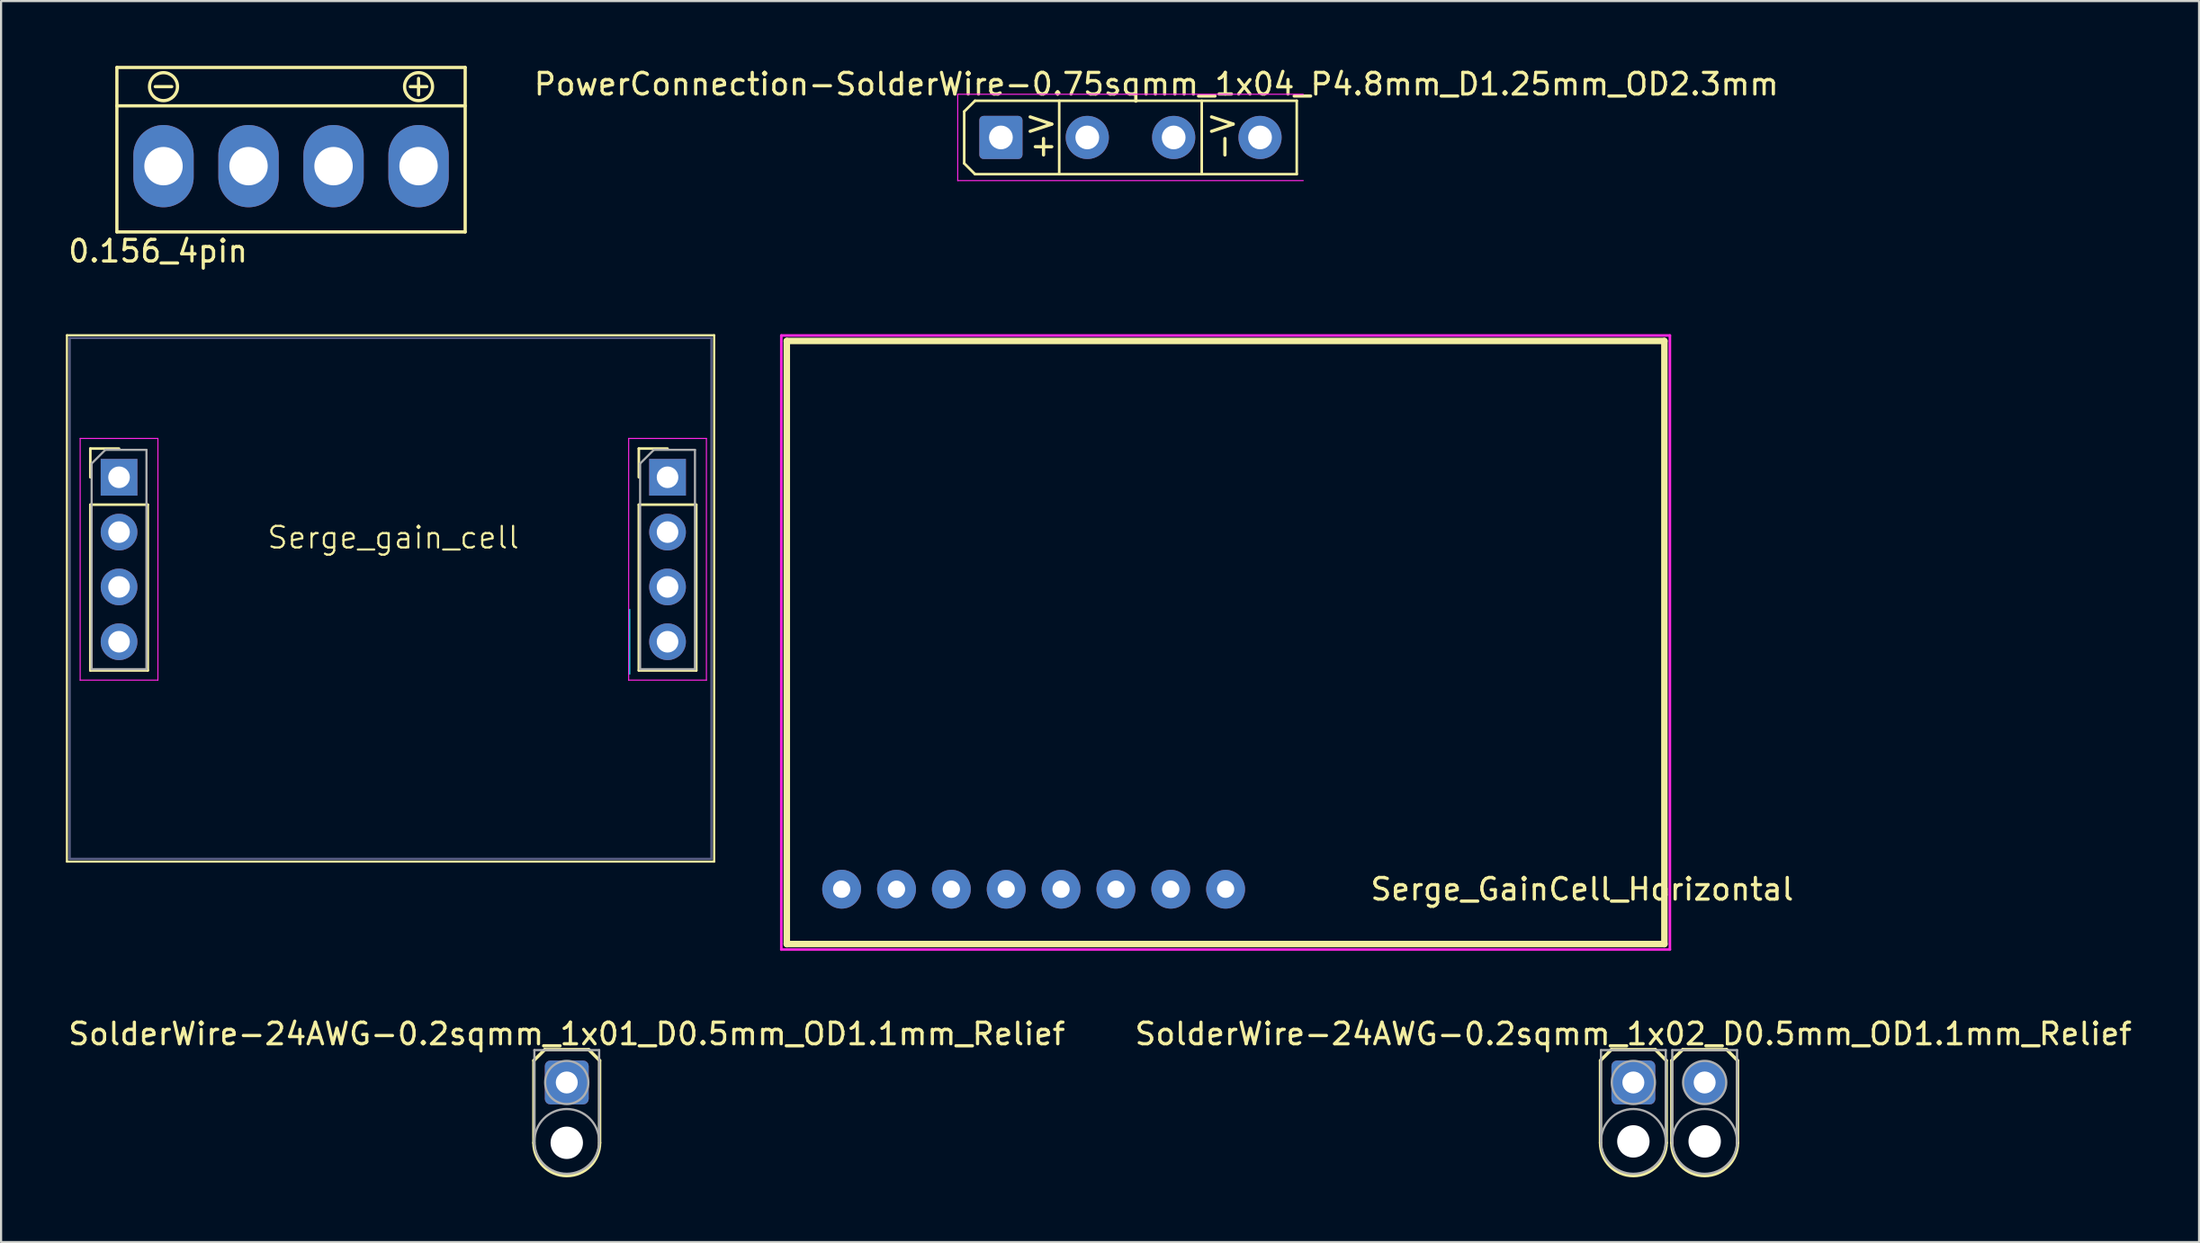
<source format=kicad_pcb>
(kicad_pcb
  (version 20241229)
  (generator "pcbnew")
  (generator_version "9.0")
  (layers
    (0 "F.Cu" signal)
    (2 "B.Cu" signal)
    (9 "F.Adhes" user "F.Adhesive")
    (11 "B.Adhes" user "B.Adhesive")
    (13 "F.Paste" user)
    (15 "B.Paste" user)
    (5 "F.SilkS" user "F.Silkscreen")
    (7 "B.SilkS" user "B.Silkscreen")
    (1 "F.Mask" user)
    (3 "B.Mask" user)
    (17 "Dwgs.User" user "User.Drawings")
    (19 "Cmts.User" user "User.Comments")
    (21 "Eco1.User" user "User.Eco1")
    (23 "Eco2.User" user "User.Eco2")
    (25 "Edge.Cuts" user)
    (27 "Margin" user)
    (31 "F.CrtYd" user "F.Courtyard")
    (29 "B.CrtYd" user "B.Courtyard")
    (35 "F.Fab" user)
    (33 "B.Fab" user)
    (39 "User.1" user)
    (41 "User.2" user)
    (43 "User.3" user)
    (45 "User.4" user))
  (footprint "Serge_GainCell_Horizontal"
    (layer "F.Cu")
    (at 35.926 38.146)
    (property "Reference" "Serge_GainCell_Horizontal" (at 34.29 0 0) (layer "F.SilkS") (effects (font (size 1 1) (thickness 0.15))))
    (attr through_hole)
    (fp_line (start -2.54 -25.4) (end -2.54 2.54) (stroke (width 0.3) (type solid)) (layer "F.SilkS"))
    (fp_line (start -2.54 2.54) (end 38.1 2.54) (stroke (width 0.3) (type solid)) (layer "F.SilkS"))
    (fp_line (start 38.1 -25.4) (end -2.54 -25.4) (stroke (width 0.3) (type solid)) (layer "F.SilkS"))
    (fp_line (start 38.1 2.54) (end 38.1 -25.4) (stroke (width 0.3) (type solid)) (layer "F.SilkS"))
    (fp_line (start -2.794 -25.654) (end -2.794 2.794) (stroke (width 0.12) (type solid)) (layer "F.CrtYd"))
    (fp_line (start -2.794 2.794) (end 38.354 2.794) (stroke (width 0.12) (type solid)) (layer "F.CrtYd"))
    (fp_line (start 38.354 -25.654) (end -2.794 -25.654) (stroke (width 0.12) (type solid)) (layer "F.CrtYd"))
    (fp_line (start 38.354 2.794) (end 38.354 -25.654) (stroke (width 0.12) (type solid)) (layer "F.CrtYd"))
    (pad "1" thru_hole circle (at 0 0) (size 1.8 1.8) (drill 0.8) (layers "*.Cu" "*.Mask"))
    (pad "2" thru_hole circle (at 2.54 0) (size 1.8 1.8) (drill 0.8) (layers "*.Cu" "*.Mask"))
    (pad "3" thru_hole circle (at 5.08 0) (size 1.8 1.8) (drill 0.8) (layers "*.Cu" "*.Mask"))
    (pad "4" thru_hole circle (at 7.62 0) (size 1.8 1.8) (drill 0.8) (layers "*.Cu" "*.Mask"))
    (pad "5" thru_hole circle (at 10.16 0) (size 1.8 1.8) (drill 0.8) (layers "*.Cu" "*.Mask"))
    (pad "6" thru_hole circle (at 12.7 0) (size 1.8 1.8) (drill 0.8) (layers "*.Cu" "*.Mask"))
    (pad "7" thru_hole circle (at 15.24 0) (size 1.8 1.8) (drill 0.8) (layers "*.Cu" "*.Mask"))
    (pad "8" thru_hole circle (at 17.78 0) (size 1.8 1.8) (drill 0.8) (layers "*.Cu" "*.Mask")))
  (footprint "0.156_4pin"
    (layer "F.Cu")
    (at 10.491 4.647)
    (property "Reference" "0.156_4pin" (at -6.223 3.937 0) (layer "F.SilkS") (effects (font (size 1 1) (thickness 0.15))))
    (attr through_hole)
    (fp_line (start -8.128 -2.794) (end -8.128 -4.572) (stroke (width 0.15) (type solid)) (layer "F.SilkS"))
    (fp_line (start -8.128 3.048) (end -8.128 -2.794) (stroke (width 0.15) (type solid)) (layer "F.SilkS"))
    (fp_line (start -6.35 -3.683) (end -5.588 -3.683) (stroke (width 0.15) (type solid)) (layer "F.SilkS"))
    (fp_line (start 5.461 -3.683) (end 6.223 -3.683) (stroke (width 0.15) (type solid)) (layer "F.SilkS"))
    (fp_line (start 5.842 -4.064) (end 5.842 -3.302) (stroke (width 0.15) (type solid)) (layer "F.SilkS"))
    (fp_line (start 8.001 -4.572) (end -8.128 -4.572) (stroke (width 0.15) (type solid)) (layer "F.SilkS"))
    (fp_line (start 8.001 -4.572) (end 8.001 3.048) (stroke (width 0.15) (type solid)) (layer "F.SilkS"))
    (fp_line (start 8.001 -2.794) (end -8.128 -2.794) (stroke (width 0.15) (type solid)) (layer "F.SilkS"))
    (fp_line (start 8.001 3.048) (end -8.128 3.048) (stroke (width 0.15) (type solid)) (layer "F.SilkS"))
    (fp_circle (center -5.969 -3.683) (end -5.334 -3.81) (stroke (width 0.15) (type solid)) (fill no) (layer "F.SilkS"))
    (fp_circle (center 5.842 -3.683) (end 6.477 -3.81) (stroke (width 0.15) (type solid)) (fill no) (layer "F.SilkS"))
    (pad "1" thru_hole oval (at 5.842 0) (size 2.794 3.81) (drill 1.778) (layers "*.Cu" "*.Mask"))
    (pad "2" thru_hole oval (at 1.905 0) (size 2.794 3.81) (drill 1.778) (layers "*.Cu" "*.Mask"))
    (pad "3" thru_hole oval (at -2.032 0) (size 2.794 3.81) (drill 1.778) (layers "*.Cu" "*.Mask"))
    (pad "4" thru_hole oval (at -5.969 0) (size 2.794 3.81) (drill 1.778) (layers "*.Cu" "*.Mask")))
  (footprint "SolderWire-24AWG-0.2sqmm_1x01_D0.5mm_OD1.1mm_Relief"
    (layer "F.Cu")
    (at 23.196 47.099)
    (property "Reference" "SolderWire-24AWG-0.2sqmm_1x01_D0.5mm_OD1.1mm_Relief" (at 0 -2.25 0) (layer "F.SilkS") (effects (font (size 1 1) (thickness 0.15))))
    (attr exclude_from_pos_files exclude_from_bom)
    (fp_line (start -1.524 -1.016) (end -1.524 2.794) (stroke (width 0.152) (type solid)) (layer "F.SilkS"))
    (fp_line (start -1.016 -1.524) (end -1.524 -1.016) (stroke (width 0.152) (type solid)) (layer "F.SilkS"))
    (fp_line (start 1.016 -1.524) (end -1.016 -1.524) (stroke (width 0.152) (type solid)) (layer "F.SilkS"))
    (fp_line (start 1.524 -1.016) (end 1.016 -1.524) (stroke (width 0.152) (type solid)) (layer "F.SilkS"))
    (fp_line (start 1.524 2.794) (end 1.524 -1.016) (stroke (width 0.152) (type solid)) (layer "F.SilkS"))
    (fp_arc (start 1.524 2.794) (mid 0 4.318) (end -1.524 2.794) (stroke (width 0.1524) (type solid)) (layer "F.SilkS"))
    (fp_line (start -1.5 -1.5) (end -1.5 2.794) (stroke (width 0.102) (type solid)) (layer "F.Fab"))
    (fp_line (start -1.5 -1.5) (end 1.5 -1.5) (stroke (width 0.102) (type solid)) (layer "F.Fab"))
    (fp_line (start 1.5 -1.5) (end 1.5 2.73) (stroke (width 0.102) (type solid)) (layer "F.Fab"))
    (fp_circle (center 0 0) (end 1 0) (stroke (width 0.102) (type solid)) (fill no) (layer "F.Fab"))
    (fp_circle (center 0 2.73) (end 1.5 2.73) (stroke (width 0.102) (type solid)) (fill no) (layer "F.Fab"))
    (pad "" np_thru_hole circle (at 0 2.794) (size 1.5 1.5) (drill 1.5) (layers "*.Cu" "*.Mask"))
    (pad "1" thru_hole roundrect (at 0 0) (size 2.032 2.032) (drill 1.016) (layers "*.Cu" "*.Mask") (roundrect_rratio 0.125)))
  (footprint "PowerConnection-SolderWire-0.75sqmm_1x04_P4.8mm_D1.25mm_OD2.3mm"
    (layer "F.Cu")
    (at 43.301 3.318)
    (property "Reference" "PowerConnection-SolderWire-0.75sqmm_1x04_P4.8mm_D1.25mm_OD2.3mm" (at 7.2 -2.47 0) (layer "F.SilkS") (effects (font (size 1 1) (thickness 0.15))))
    (attr exclude_from_pos_files exclude_from_bom)
    (fp_line (start -1.7 -1.2) (end -1.2 -1.7) (stroke (width 0.12) (type solid)) (layer "F.SilkS"))
    (fp_line (start -1.7 1.2) (end -1.7 -1.2) (stroke (width 0.12) (type solid)) (layer "F.SilkS"))
    (fp_line (start -1.2 -1.7) (end 13.7 -1.7) (stroke (width 0.12) (type solid)) (layer "F.SilkS"))
    (fp_line (start -1.2 1.7) (end -1.7 1.2) (stroke (width 0.12) (type solid)) (layer "F.SilkS"))
    (fp_line (start 2.7 -1.7) (end 2.7 1.7) (stroke (width 0.12) (type solid)) (layer "F.SilkS"))
    (fp_line (start 9.3 -1.7) (end 9.3 1.7) (stroke (width 0.12) (type solid)) (layer "F.SilkS"))
    (fp_line (start 13.7 -1.7) (end 13.7 1.7) (stroke (width 0.12) (type solid)) (layer "F.SilkS"))
    (fp_line (start 13.7 1.7) (end -1.2 1.7) (stroke (width 0.12) (type solid)) (layer "F.SilkS"))
    (fp_line (start -2 -2) (end -2 2) (stroke (width 0.05) (type solid)) (layer "F.CrtYd"))
    (fp_line (start -2 2) (end 14 2) (stroke (width 0.05) (type solid)) (layer "F.CrtYd"))
    (fp_line (start 14 -2) (end -2 -2) (stroke (width 0.05) (type solid)) (layer "F.CrtYd"))
    (fp_text user "-V" (at 10.3 0 90) (layer "F.SilkS") (effects (font (size 1 1) (thickness 0.15))))
    (fp_text user "+V" (at 1.9 0 90) (layer "F.SilkS") (effects (font (size 1 1) (thickness 0.15))))
    (pad "1" thru_hole roundrect (at 0 0) (size 2 2) (drill 1.1) (layers "*.Cu" "*.Mask") (roundrect_rratio 0.098))
    (pad "2" thru_hole circle (at 4 0) (size 2 2) (drill 1.1) (layers "*.Cu" "*.Mask"))
    (pad "3" thru_hole circle (at 8 0) (size 2 2) (drill 1.1) (layers "*.Cu" "*.Mask"))
    (pad "4" thru_hole circle (at 12 0) (size 2 2) (drill 1.1) (layers "*.Cu" "*.Mask")))
  (footprint "SolderWire-24AWG-0.2sqmm_1x02_D0.5mm_OD1.1mm_Relief"
    (layer "F.Cu")
    (at 72.589 47.099)
    (property "Reference" "SolderWire-24AWG-0.2sqmm_1x02_D0.5mm_OD1.1mm_Relief" (at 0 -2.25 0) (layer "F.SilkS") (effects (font (size 1 1) (thickness 0.15))))
    (attr exclude_from_pos_files exclude_from_bom)
    (fp_line (start -1.524 -1.016) (end -1.524 2.794) (stroke (width 0.152) (type solid)) (layer "F.SilkS"))
    (fp_line (start -1.016 -1.524) (end -1.524 -1.016) (stroke (width 0.152) (type solid)) (layer "F.SilkS"))
    (fp_line (start 1.016 -1.524) (end -1.016 -1.524) (stroke (width 0.152) (type solid)) (layer "F.SilkS"))
    (fp_line (start 1.524 -1.016) (end 1.016 -1.524) (stroke (width 0.152) (type solid)) (layer "F.SilkS"))
    (fp_line (start 1.524 2.794) (end 1.524 -1.016) (stroke (width 0.152) (type solid)) (layer "F.SilkS"))
    (fp_line (start 1.778 -1.016) (end 1.778 2.794) (stroke (width 0.152) (type solid)) (layer "F.SilkS"))
    (fp_line (start 2.286 -1.524) (end 1.778 -1.016) (stroke (width 0.152) (type solid)) (layer "F.SilkS"))
    (fp_line (start 4.318 -1.524) (end 2.286 -1.524) (stroke (width 0.152) (type solid)) (layer "F.SilkS"))
    (fp_line (start 4.826 -1.016) (end 4.318 -1.524) (stroke (width 0.152) (type solid)) (layer "F.SilkS"))
    (fp_line (start 4.826 2.794) (end 4.826 -1.016) (stroke (width 0.152) (type solid)) (layer "F.SilkS"))
    (fp_arc (start 1.524 2.794) (mid 0 4.318) (end -1.524 2.794) (stroke (width 0.1524) (type solid)) (layer "F.SilkS"))
    (fp_arc (start 4.826 2.794) (mid 3.302 4.318) (end 1.778 2.794) (stroke (width 0.1524) (type solid)) (layer "F.SilkS"))
    (fp_line (start -1.5 -1.5) (end -1.5 2.73) (stroke (width 0.102) (type solid)) (layer "F.Fab"))
    (fp_line (start -1.5 -1.5) (end 1.5 -1.5) (stroke (width 0.102) (type solid)) (layer "F.Fab"))
    (fp_line (start 1.5 -1.5) (end 1.5 2.73) (stroke (width 0.102) (type solid)) (layer "F.Fab"))
    (fp_line (start 1.802 -1.5) (end 1.802 2.73) (stroke (width 0.102) (type solid)) (layer "F.Fab"))
    (fp_line (start 1.802 -1.5) (end 4.802 -1.5) (stroke (width 0.102) (type solid)) (layer "F.Fab"))
    (fp_line (start 4.802 -1.5) (end 4.802 2.73) (stroke (width 0.102) (type solid)) (layer "F.Fab"))
    (fp_circle (center 0 0) (end 1 0) (stroke (width 0.102) (type solid)) (fill no) (layer "F.Fab"))
    (fp_circle (center 0 2.73) (end 1.5 2.73) (stroke (width 0.102) (type solid)) (fill no) (layer "F.Fab"))
    (fp_circle (center 3.302 0) (end 4.302 0) (stroke (width 0.102) (type solid)) (fill no) (layer "F.Fab"))
    (fp_circle (center 3.302 2.73) (end 4.802 2.73) (stroke (width 0.102) (type solid)) (fill no) (layer "F.Fab"))
    (pad "" np_thru_hole circle (at 0 2.73) (size 1.5 1.5) (drill 1.5) (layers "*.Cu" "*.Mask"))
    (pad "" np_thru_hole circle (at 3.302 2.73) (size 1.5 1.5) (drill 1.5) (layers "*.Cu" "*.Mask"))
    (pad "1" thru_hole roundrect (at 0 0) (size 2.032 2.032) (drill 1.016) (layers "*.Cu" "*.Mask") (roundrect_rratio 0.125))
    (pad "2" thru_hole circle (at 3.302 0) (size 2.032 2.032) (drill 1.016) (layers "*.Cu" "*.Mask")))
  (footprint "Serge_gain_cell"
    (layer "F.Cu")
    (at 15.163 22.871)
    (property "Reference" "Serge_gain_cell" (at 0 -1.016 0) (unlocked yes) (layer "F.SilkS") (effects (font (size 1 1) (thickness 0.1))))
    (attr through_hole)
    (fp_line (start -15.113 -10.389) (end 14.859 -10.389) (stroke (width 0.1) (type default)) (layer "F.SilkS"))
    (fp_line (start -15.113 13.995) (end -15.113 -10.389) (stroke (width 0.1) (type default)) (layer "F.SilkS"))
    (fp_line (start -14.03 -5.14) (end -12.7 -5.14) (stroke (width 0.12) (type solid)) (layer "F.SilkS"))
    (fp_line (start -14.03 -3.81) (end -14.03 -5.14) (stroke (width 0.12) (type solid)) (layer "F.SilkS"))
    (fp_line (start -14.03 -2.54) (end -14.03 5.14) (stroke (width 0.12) (type solid)) (layer "F.SilkS"))
    (fp_line (start -14.03 -2.54) (end -11.37 -2.54) (stroke (width 0.12) (type solid)) (layer "F.SilkS"))
    (fp_line (start -14.03 5.14) (end -11.37 5.14) (stroke (width 0.12) (type solid)) (layer "F.SilkS"))
    (fp_line (start -11.37 -2.54) (end -11.37 5.14) (stroke (width 0.12) (type solid)) (layer "F.SilkS"))
    (fp_line (start 11.37 -5.14) (end 12.7 -5.14) (stroke (width 0.12) (type solid)) (layer "F.SilkS"))
    (fp_line (start 11.37 -3.81) (end 11.37 -5.14) (stroke (width 0.12) (type solid)) (layer "F.SilkS"))
    (fp_line (start 11.37 -2.54) (end 11.37 5.14) (stroke (width 0.12) (type solid)) (layer "F.SilkS"))
    (fp_line (start 11.37 -2.54) (end 14.03 -2.54) (stroke (width 0.12) (type solid)) (layer "F.SilkS"))
    (fp_line (start 11.37 5.14) (end 14.03 5.14) (stroke (width 0.12) (type solid)) (layer "F.SilkS"))
    (fp_line (start 14.03 -2.54) (end 14.03 5.14) (stroke (width 0.12) (type solid)) (layer "F.SilkS"))
    (fp_line (start 14.859 -10.389) (end 14.859 13.995) (stroke (width 0.1) (type default)) (layer "F.SilkS"))
    (fp_line (start 14.859 13.995) (end -15.113 13.995) (stroke (width 0.1) (type default)) (layer "F.SilkS"))
    (fp_line (start 10.949 2.31) (end 10.949 5.31) (stroke (width 0.05) (type solid)) (layer "B.CrtYd"))
    (fp_line (start -14.5 -5.61) (end -14.5 5.59) (stroke (width 0.05) (type solid)) (layer "F.CrtYd"))
    (fp_line (start -14.5 5.59) (end -10.9 5.59) (stroke (width 0.05) (type solid)) (layer "F.CrtYd"))
    (fp_line (start -10.9 -5.61) (end -14.5 -5.61) (stroke (width 0.05) (type solid)) (layer "F.CrtYd"))
    (fp_line (start -10.9 5.59) (end -10.9 -5.61) (stroke (width 0.05) (type solid)) (layer "F.CrtYd"))
    (fp_line (start 10.9 -5.61) (end 10.9 5.59) (stroke (width 0.05) (type solid)) (layer "F.CrtYd"))
    (fp_line (start 10.9 5.59) (end 14.5 5.59) (stroke (width 0.05) (type solid)) (layer "F.CrtYd"))
    (fp_line (start 14.5 -5.61) (end 10.9 -5.61) (stroke (width 0.05) (type solid)) (layer "F.CrtYd"))
    (fp_line (start 14.5 5.59) (end 14.5 -5.61) (stroke (width 0.05) (type solid)) (layer "F.CrtYd"))
    (fp_line (start -14.986 -10.262) (end -14.986 13.868) (stroke (width 0.1) (type default)) (layer "B.Fab"))
    (fp_line (start -14.986 13.868) (end 14.732 13.868) (stroke (width 0.1) (type default)) (layer "B.Fab"))
    (fp_line (start 14.732 -10.262) (end -14.986 -10.262) (stroke (width 0.1) (type default)) (layer "B.Fab"))
    (fp_line (start 14.732 13.868) (end 14.732 -10.262) (stroke (width 0.1) (type default)) (layer "B.Fab"))
    (fp_line (start -13.97 -4.445) (end -13.335 -5.08) (stroke (width 0.1) (type solid)) (layer "F.Fab"))
    (fp_line (start -13.97 5.08) (end -13.97 -4.445) (stroke (width 0.1) (type solid)) (layer "F.Fab"))
    (fp_line (start -13.335 -5.08) (end -11.43 -5.08) (stroke (width 0.1) (type solid)) (layer "F.Fab"))
    (fp_line (start -11.43 -5.08) (end -11.43 5.08) (stroke (width 0.1) (type solid)) (layer "F.Fab"))
    (fp_line (start -11.43 5.08) (end -13.97 5.08) (stroke (width 0.1) (type solid)) (layer "F.Fab"))
    (fp_line (start 11.43 -4.445) (end 12.065 -5.08) (stroke (width 0.1) (type solid)) (layer "F.Fab"))
    (fp_line (start 11.43 5.08) (end 11.43 -4.445) (stroke (width 0.1) (type solid)) (layer "F.Fab"))
    (fp_line (start 12.065 -5.08) (end 13.97 -5.08) (stroke (width 0.1) (type solid)) (layer "F.Fab"))
    (fp_line (start 13.97 -5.08) (end 13.97 5.08) (stroke (width 0.1) (type solid)) (layer "F.Fab"))
    (fp_line (start 13.97 5.08) (end 11.43 5.08) (stroke (width 0.1) (type solid)) (layer "F.Fab"))
    (pad "1" thru_hole rect (at -12.7 -3.81 180) (size 1.7 1.7) (drill 1) (layers "*.Cu" "*.Mask"))
    (pad "2" thru_hole oval (at -12.7 -1.27 180) (size 1.7 1.7) (drill 1) (layers "*.Cu" "*.Mask"))
    (pad "3" thru_hole oval (at -12.7 1.27 180) (size 1.7 1.7) (drill 1) (layers "*.Cu" "*.Mask"))
    (pad "4" thru_hole oval (at -12.7 3.81 270) (size 1.7 1.7) (drill 1) (layers "*.Cu" "*.Mask"))
    (pad "5" thru_hole rect (at 12.7 -3.81 180) (size 1.7 1.7) (drill 1) (layers "*.Cu" "*.Mask"))
    (pad "6" thru_hole oval (at 12.7 -1.27 180) (size 1.7 1.7) (drill 1) (layers "*.Cu" "*.Mask"))
    (pad "7" thru_hole oval (at 12.7 1.27 180) (size 1.7 1.7) (drill 1) (layers "*.Cu" "*.Mask"))
    (pad "8" thru_hole oval (at 12.7 3.81 180) (size 1.7 1.7) (drill 1) (layers "*.Cu" "*.Mask")))
  (gr_rect
    (start -3 -3)
    (end 98.786 54.493)
    (stroke (width 0.1) (type default))
    (fill no)
    (layer "Edge.Cuts")))
</source>
